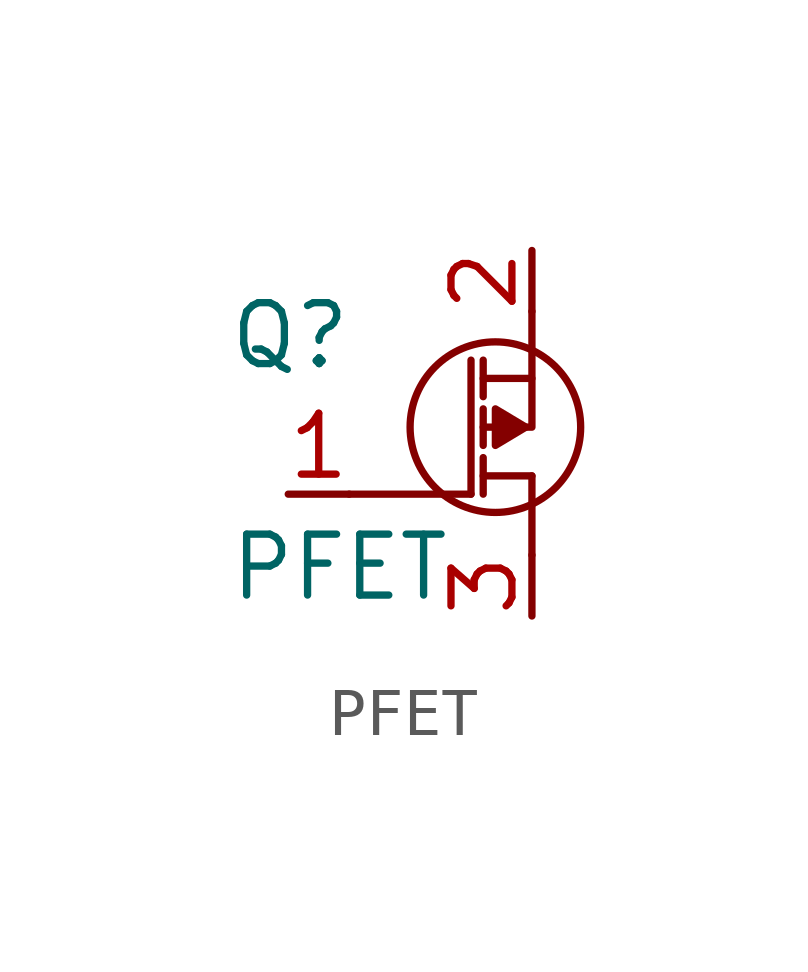
<source format=kicad_sym>
(kicad_symbol_lib
  (version 20211014)
  (generator kicad_symbol_editor)
  (symbol "PFET"
    (pin_names
      (offset 0.025) hide)
    (property "Reference" "Q"
      (at -6.35 0.762 0)
      (effects (font (size 1.27 1.27)) (justify left)))
    (property "Value" "PFET"
      (at -6.35 -4.064 0)
      (effects (font (size 1.27 1.27)) (justify left)))
    (symbol "PFET_0_1"
      (circle (center -0.762 -1.143) (radius 1.778) (stroke (width 0) (type default) (color 0 0 0 0)) (fill (type none)))
      (polyline (pts (xy -3.81 -2.54) (xy -1.27 -2.54)) (stroke (width 0) (type default) (color 0 0 0 0)) (fill (type none)))
      (polyline (pts (xy -1.27 -2.54) (xy -1.27 0.254)) (stroke (width 0) (type default) (color 0 0 0 0)) (fill (type none)))
      (polyline (pts (xy -1.016 -2.159) (xy 0 -2.159)) (stroke (width 0) (type default) (color 0 0 0 0)) (fill (type none)))
      (polyline (pts (xy -1.016 -1.778) (xy -1.016 -2.54)) (stroke (width 0) (type default) (color 0 0 0 0)) (fill (type none)))
      (polyline (pts (xy -1.016 -0.762) (xy -1.016 -1.524)) (stroke (width 0) (type default) (color 0 0 0 0)) (fill (type none)))
      (polyline (pts (xy -1.016 0.254) (xy -1.016 -0.508)) (stroke (width 0) (type default) (color 0 0 0 0)) (fill (type none)))
      (polyline (pts (xy 0 -2.159) (xy 0 -3.81)) (stroke (width 0) (type default) (color 0 0 0 0)) (fill (type none)))
      (polyline (pts (xy -1.016 -1.143) (xy 0 -1.143) (xy 0 -0.127)) (stroke (width 0) (type default) (color 0 0 0 0)) (fill (type none)))
      (polyline (pts (xy -1.016 -0.127) (xy 0 -0.127) (xy 0 1.27)) (stroke (width 0) (type default) (color 0 0 0 0)) (fill (type none)))
      (polyline (pts (xy -0.127 -1.143) (xy -0.762 -0.762) (xy -0.762 -1.524) (xy -0.127 -1.143)) (stroke (width 0) (type default) (color 0 0 0 0)) (fill (type outline))))
    (symbol "PFET_1_1"
      (pin passive line (at -5.08 -2.54 0) (length 1.27) (name "G" (effects (font (size 1.27 1.27)))) (number "1" (effects (font (size 1.27 1.27)))))
      (pin passive line (at 0 2.54 270) (length 1.27) (name "S" (effects (font (size 1.27 1.27)))) (number "2" (effects (font (size 1.27 1.27)))))
      (pin passive line (at 0 -5.08 90) (length 1.27) (name "D" (effects (font (size 1.27 1.27)))) (number "3" (effects (font (size 1.27 1.27))))))))
</source>
